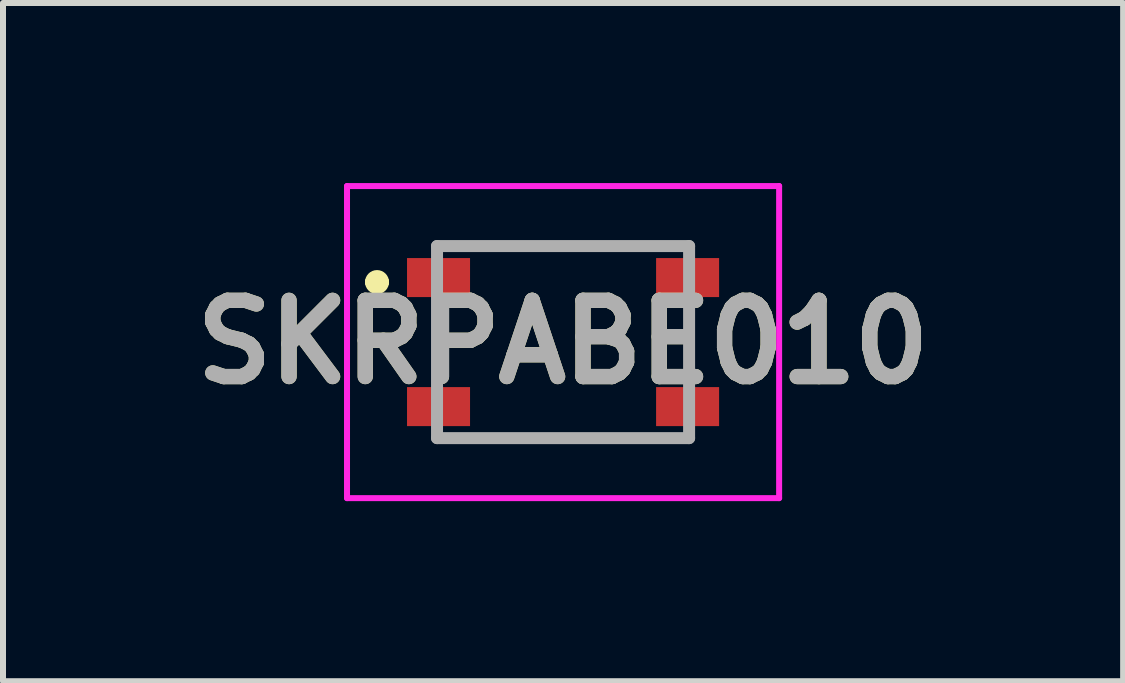
<source format=kicad_pcb>
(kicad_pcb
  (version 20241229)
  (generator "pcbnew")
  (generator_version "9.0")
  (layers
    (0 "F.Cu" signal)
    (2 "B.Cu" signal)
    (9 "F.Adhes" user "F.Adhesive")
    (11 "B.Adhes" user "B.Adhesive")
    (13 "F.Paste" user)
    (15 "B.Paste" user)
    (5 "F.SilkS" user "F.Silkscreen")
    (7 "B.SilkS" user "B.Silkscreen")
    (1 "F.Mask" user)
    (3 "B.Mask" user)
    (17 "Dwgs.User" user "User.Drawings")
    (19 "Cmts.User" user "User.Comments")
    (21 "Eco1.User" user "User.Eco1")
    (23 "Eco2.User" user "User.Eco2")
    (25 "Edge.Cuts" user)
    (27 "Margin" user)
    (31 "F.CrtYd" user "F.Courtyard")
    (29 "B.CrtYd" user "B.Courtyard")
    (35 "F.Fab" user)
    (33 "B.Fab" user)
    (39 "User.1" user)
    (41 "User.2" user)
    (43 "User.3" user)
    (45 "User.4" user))
  (footprint "SKRPABE010"
    (layer "F.Cu")
    (at 6.332 2.65)
    (property "Reference" "SKRPABE010" (at 0 0 0) (layer "F.SilkS") (effects (font (size 1.27 1.27) (thickness 0.254))))
    (attr smd)
    (fp_line (start -3.2 -1) (end -3.2 -1) (stroke (width 0.2) (type solid)) (layer "F.SilkS"))
    (fp_line (start -3 -1) (end -3 -1) (stroke (width 0.1) (type solid)) (layer "F.SilkS"))
    (fp_line (start -3 -1) (end -3 -1) (stroke (width 0.2) (type solid)) (layer "F.SilkS"))
    (fp_line (start -2.1 -0.4) (end -2.1 0.4) (stroke (width 0.1) (type solid)) (layer "F.SilkS"))
    (fp_line (start -1.2 -1.6) (end 1.2 -1.6) (stroke (width 0.1) (type solid)) (layer "F.SilkS"))
    (fp_line (start -1.2 1.6) (end 1.2 1.6) (stroke (width 0.1) (type solid)) (layer "F.SilkS"))
    (fp_line (start 2.1 -0.4) (end 2.1 0.4) (stroke (width 0.1) (type solid)) (layer "F.SilkS"))
    (fp_arc (start -3.2 -1) (mid -3.1 -1.1) (end -3 -1) (stroke (width 0.2) (type solid)) (layer "F.SilkS"))
    (fp_arc (start -3 -1) (mid -3.1 -0.9) (end -3.2 -1) (stroke (width 0.2) (type solid)) (layer "F.SilkS"))
    (fp_line (start -3.6 -2.6) (end 3.6 -2.6) (stroke (width 0.1) (type solid)) (layer "F.CrtYd"))
    (fp_line (start -3.6 2.6) (end -3.6 -2.6) (stroke (width 0.1) (type solid)) (layer "F.CrtYd"))
    (fp_line (start 3.6 -2.6) (end 3.6 2.6) (stroke (width 0.1) (type solid)) (layer "F.CrtYd"))
    (fp_line (start 3.6 2.6) (end -3.6 2.6) (stroke (width 0.1) (type solid)) (layer "F.CrtYd"))
    (fp_line (start -2.1 -1.6) (end 2.1 -1.6) (stroke (width 0.2) (type solid)) (layer "F.Fab"))
    (fp_line (start -2.1 1.6) (end -2.1 -1.6) (stroke (width 0.2) (type solid)) (layer "F.Fab"))
    (fp_line (start 2.1 -1.6) (end 2.1 1.6) (stroke (width 0.2) (type solid)) (layer "F.Fab"))
    (fp_line (start 2.1 1.6) (end -2.1 1.6) (stroke (width 0.2) (type solid)) (layer "F.Fab"))
    (fp_text user "${REFERENCE}" (at 0 0 0) (layer "F.Fab") (effects (font (size 1.27 1.27) (thickness 0.254))))
    (pad "1" smd rect (at -2.075 -1.075 90) (size 0.65 1.05) (layers "F.Cu" "F.Mask" "F.Paste"))
    (pad "2" smd rect (at 2.075 -1.075 90) (size 0.65 1.05) (layers "F.Cu" "F.Mask" "F.Paste"))
    (pad "3" smd rect (at -2.075 1.075 90) (size 0.65 1.05) (layers "F.Cu" "F.Mask" "F.Paste"))
    (pad "4" smd rect (at 2.075 1.075 90) (size 0.65 1.05) (layers "F.Cu" "F.Mask" "F.Paste")))
  (gr_rect
    (start -3 -3)
    (end 15.664 8.3)
    (stroke (width 0.1) (type default))
    (fill no)
    (layer "Edge.Cuts")))
</source>
